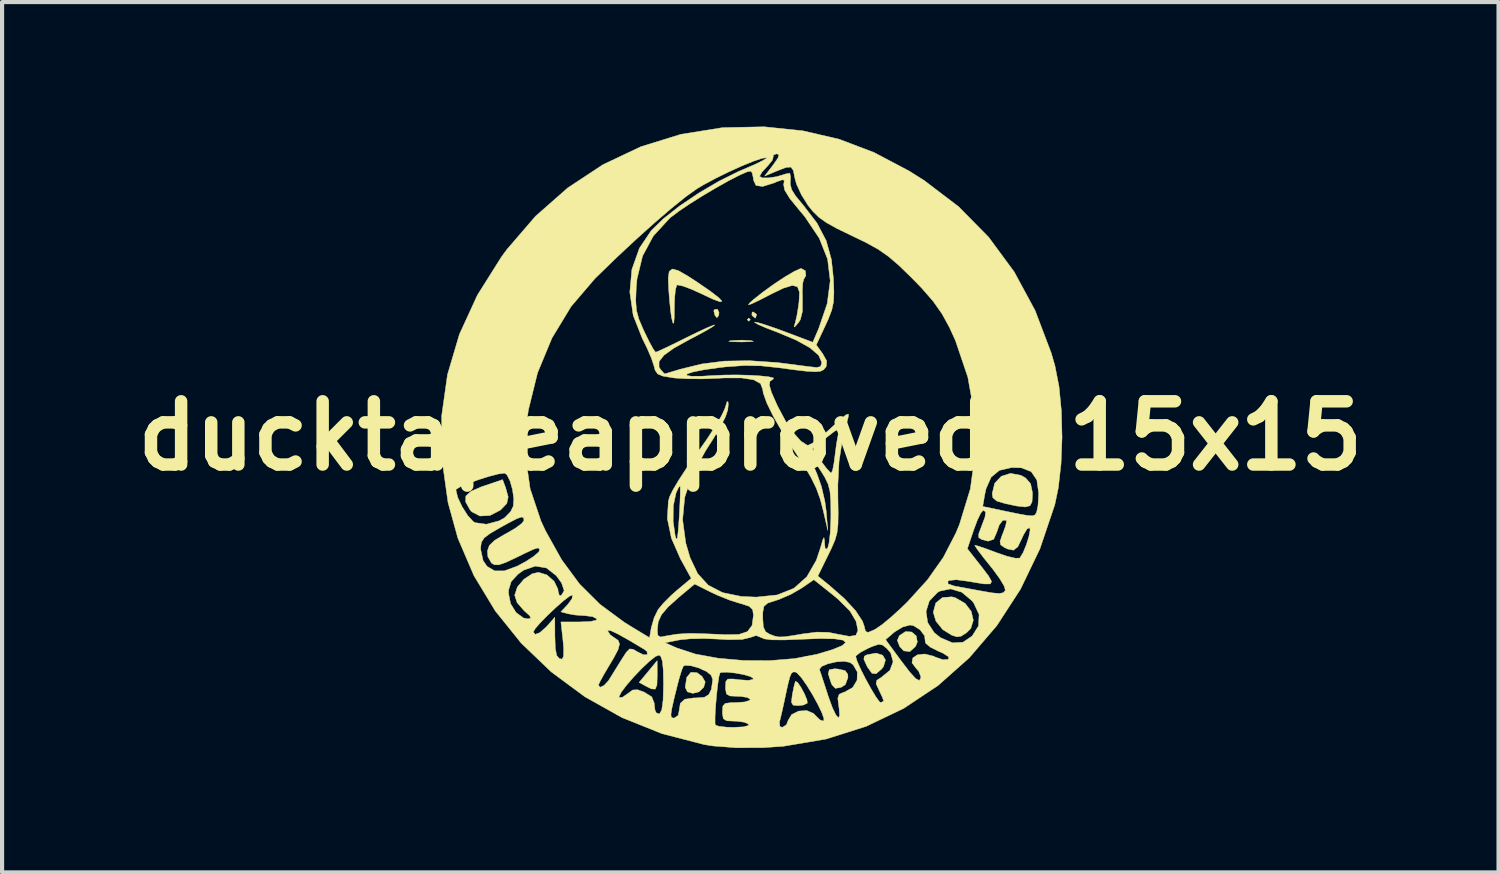
<source format=kicad_pcb>
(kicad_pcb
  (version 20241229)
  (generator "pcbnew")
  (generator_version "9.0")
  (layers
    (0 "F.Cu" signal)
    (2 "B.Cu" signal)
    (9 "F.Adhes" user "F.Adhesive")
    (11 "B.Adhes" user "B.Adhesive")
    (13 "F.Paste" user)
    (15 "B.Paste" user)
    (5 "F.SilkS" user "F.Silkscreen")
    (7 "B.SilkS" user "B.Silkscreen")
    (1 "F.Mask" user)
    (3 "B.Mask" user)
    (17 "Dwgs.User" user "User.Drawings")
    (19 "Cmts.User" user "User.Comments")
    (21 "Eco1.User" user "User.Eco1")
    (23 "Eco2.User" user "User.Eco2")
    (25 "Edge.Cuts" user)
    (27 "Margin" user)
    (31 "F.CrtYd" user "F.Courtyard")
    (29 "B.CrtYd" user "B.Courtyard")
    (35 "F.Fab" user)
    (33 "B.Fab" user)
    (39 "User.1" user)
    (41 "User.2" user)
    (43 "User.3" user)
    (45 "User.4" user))
  (footprint "ducktapeapproved-15x15"
    (layer "F.Cu")
    (at 15.03 7.454)
    (property "Reference" "ducktapeapproved-15x15" (at 0 0 0) (layer "F.SilkS") (effects (font (size 1.524 1.524) (thickness 0.3))))
    (attr through_hole)
    (fp_poly (pts (xy 0 -2.801) (xy -0.037 -2.764) (xy -0.075 -2.801) (xy -0.037 -2.839) (xy 0 -2.801)) (stroke (width 0.01) (type solid)) (fill yes) (layer "F.SilkS"))
    (fp_poly (pts (xy -0.754 -2.973) (xy -0.763 -2.903) (xy -0.804 -2.847) (xy -0.853 -2.904) (xy -0.88 -3.013) (xy -0.867 -3.043) (xy -0.793 -3.055) (xy -0.754 -2.973)) (stroke (width 0.01) (type solid)) (fill yes) (layer "F.SilkS"))
    (fp_poly (pts (xy -2.243 5.771) (xy -2.25 6) (xy -2.29 6.101) (xy -2.385 6.095) (xy -2.516 6.03) (xy -2.679 5.939) (xy -2.462 5.678) (xy -2.245 5.416) (xy -2.243 5.771)) (stroke (width 0.01) (type solid)) (fill yes) (layer "F.SilkS"))
    (fp_poly (pts (xy 0.146 -2.934) (xy 0.149 -2.914) (xy 0.124 -2.841) (xy 0.116 -2.839) (xy 0.053 -2.891) (xy 0.037 -2.914) (xy 0.043 -2.982) (xy 0.07 -2.988) (xy 0.146 -2.934)) (stroke (width 0.01) (type solid)) (fill yes) (layer "F.SilkS"))
    (fp_poly (pts (xy -1.286 5.704) (xy -1.163 5.795) (xy -1.087 5.93) (xy -1.123 6.056) (xy -1.238 6.167) (xy -1.387 6.203) (xy -1.516 6.166) (xy -1.569 6.057) (xy -1.532 5.817) (xy -1.432 5.696) (xy -1.286 5.704)) (stroke (width 0.01) (type solid)) (fill yes) (layer "F.SilkS"))
    (fp_poly (pts (xy 0.019 -2.295) (xy 0.075 -2.281) (xy -0.001 -2.27) (xy -0.193 -2.265) (xy -0.224 -2.265) (xy -0.429 -2.269) (xy -0.521 -2.279) (xy -0.482 -2.293) (xy -0.467 -2.295) (xy -0.205 -2.308) (xy 0.019 -2.295)) (stroke (width 0.01) (type solid)) (fill yes) (layer "F.SilkS"))
    (fp_poly (pts (xy 3.889 4.725) (xy 3.998 4.818) (xy 4.024 4.966) (xy 3.982 5.071) (xy 3.844 5.197) (xy 3.697 5.179) (xy 3.6 5.076) (xy 3.542 4.927) (xy 3.591 4.813) (xy 3.74 4.714) (xy 3.889 4.725)) (stroke (width 0.01) (type solid)) (fill yes) (layer "F.SilkS"))
    (fp_poly (pts (xy 2.11 5.617) (xy 2.282 5.654) (xy 2.347 5.742) (xy 2.353 5.819) (xy 2.29 5.992) (xy 2.183 6.06) (xy 2.048 6.082) (xy 1.967 5.997) (xy 1.94 5.933) (xy 1.878 5.732) (xy 1.902 5.634) (xy 2.028 5.611) (xy 2.11 5.617)) (stroke (width 0.01) (type solid)) (fill yes) (layer "F.SilkS"))
    (fp_poly (pts (xy 3.189 5.284) (xy 3.256 5.4) (xy 3.208 5.56) (xy 3.165 5.614) (xy 3.032 5.73) (xy 2.931 5.72) (xy 2.827 5.576) (xy 2.805 5.536) (xy 2.736 5.383) (xy 2.746 5.309) (xy 2.809 5.274) (xy 3.031 5.233) (xy 3.189 5.284)) (stroke (width 0.01) (type solid)) (fill yes) (layer "F.SilkS"))
    (fp_poly (pts (xy 1.14 5.942) (xy 1.221 6.06) (xy 1.304 6.215) (xy 1.364 6.359) (xy 1.374 6.438) (xy 1.278 6.485) (xy 1.15 6.499) (xy 1.032 6.487) (xy 0.991 6.421) (xy 1.008 6.26) (xy 1.015 6.219) (xy 1.053 6.032) (xy 1.084 5.921) (xy 1.089 5.912) (xy 1.14 5.942)) (stroke (width 0.01) (type solid)) (fill yes) (layer "F.SilkS"))
    (fp_poly (pts (xy -5.898 1.241) (xy -5.835 1.469) (xy -5.868 1.628) (xy -6.009 1.775) (xy -6.024 1.788) (xy -6.272 1.917) (xy -6.515 1.93) (xy -6.713 1.828) (xy -6.757 1.776) (xy -6.86 1.589) (xy -6.855 1.448) (xy -6.729 1.333) (xy -6.469 1.222) (xy -6.421 1.206) (xy -5.97 1.053) (xy -5.898 1.241)) (stroke (width 0.01) (type solid)) (fill yes) (layer "F.SilkS"))
    (fp_poly (pts (xy 4.939 3.899) (xy 5.175 4.035) (xy 5.323 4.228) (xy 5.373 4.442) (xy 5.312 4.64) (xy 5.213 4.74) (xy 5.076 4.827) (xy 4.978 4.841) (xy 4.856 4.803) (xy 4.637 4.667) (xy 4.473 4.465) (xy 4.408 4.251) (xy 4.408 4.249) (xy 4.468 4.027) (xy 4.628 3.895) (xy 4.855 3.877) (xy 4.939 3.899)) (stroke (width 0.01) (type solid)) (fill yes) (layer "F.SilkS"))
    (fp_poly (pts (xy 6.521 0.95) (xy 6.632 1.013) (xy 6.753 1.15) (xy 6.797 1.361) (xy 6.798 1.424) (xy 6.788 1.589) (xy 6.739 1.682) (xy 6.624 1.712) (xy 6.415 1.688) (xy 6.145 1.631) (xy 5.939 1.57) (xy 5.845 1.49) (xy 5.827 1.394) (xy 5.888 1.141) (xy 6.048 0.972) (xy 6.27 0.902) (xy 6.521 0.95)) (stroke (width 0.01) (type solid)) (fill yes) (layer "F.SilkS"))
    (fp_poly (pts (xy -1.734 -3.983) (xy -1.498 -3.847) (xy -1.271 -3.699) (xy -0.955 -3.481) (xy -0.759 -3.329) (xy -0.683 -3.245) (xy -0.729 -3.232) (xy -0.899 -3.294) (xy -1.141 -3.408) (xy -1.406 -3.529) (xy -1.621 -3.61) (xy -1.751 -3.638) (xy -1.772 -3.632) (xy -1.803 -3.531) (xy -1.824 -3.329) (xy -1.83 -3.131) (xy -1.833 -2.855) (xy -1.844 -2.72) (xy -1.864 -2.718) (xy -1.896 -2.84) (xy -1.899 -2.857) (xy -1.922 -3.018) (xy -1.947 -3.27) (xy -1.967 -3.53) (xy -1.978 -3.801) (xy -1.955 -3.964) (xy -1.88 -4.023) (xy -1.734 -3.983)) (stroke (width 0.01) (type solid)) (fill yes) (layer "F.SilkS"))
    (fp_poly (pts (xy 1.326 -3.979) (xy 1.338 -3.861) (xy 1.289 -3.779) (xy 1.262 -3.679) (xy 1.252 -3.48) (xy 1.256 -3.3) (xy 1.255 -3) (xy 1.206 -2.804) (xy 1.157 -2.727) (xy 1.068 -2.624) (xy 1.054 -2.636) (xy 1.082 -2.727) (xy 1.121 -2.891) (xy 1.16 -3.128) (xy 1.173 -3.229) (xy 1.184 -3.465) (xy 1.135 -3.596) (xy 1.011 -3.626) (xy 0.795 -3.56) (xy 0.512 -3.423) (xy 0.211 -3.268) (xy 0.029 -3.182) (xy -0.045 -3.159) (xy -0.023 -3.197) (xy 0.075 -3.285) (xy 0.312 -3.472) (xy 0.577 -3.663) (xy 0.836 -3.834) (xy 1.056 -3.963) (xy 1.203 -4.03) (xy 1.229 -4.034) (xy 1.326 -3.979)) (stroke (width 0.01) (type solid)) (fill yes) (layer "F.SilkS"))
    (fp_poly (pts (xy 1.267 -7.352) (xy 2.139 -7.15) (xy 2.981 -6.83) (xy 3.826 -6.384) (xy 4.187 -6.157) (xy 5.018 -5.525) (xy 5.743 -4.789) (xy 6.358 -3.954) (xy 6.862 -3.022) (xy 7.251 -1.998) (xy 7.341 -1.687) (xy 7.438 -1.191) (xy 7.495 -0.601) (xy 7.511 0.036) (xy 7.487 0.668) (xy 7.422 1.248) (xy 7.337 1.657) (xy 6.978 2.72) (xy 6.51 3.693) (xy 5.94 4.571) (xy 5.276 5.346) (xy 4.524 6.014) (xy 3.693 6.567) (xy 2.79 6.999) (xy 1.822 7.305) (xy 0.798 7.478) (xy 0.299 7.512) (xy -0.348 7.513) (xy -0.906 7.47) (xy -1.117 7.436) (xy -2.132 7.173) (xy -2.753 6.923) (xy -0.85 6.923) (xy -0.843 6.966) (xy -0.758 6.997) (xy -0.57 7.018) (xy -0.402 7.022) (xy -0.162 7.01) (xy -0.044 6.977) (xy -0.037 6.948) (xy -0.135 6.9) (xy -0.195 6.892) (xy 0.702 6.892) (xy 0.712 7.002) (xy 0.774 7.022) (xy 0.871 6.959) (xy 0.91 6.857) (xy 0.996 6.714) (xy 1.165 6.63) (xy 1.361 6.618) (xy 1.525 6.688) (xy 1.559 6.727) (xy 1.677 6.841) (xy 1.761 6.873) (xy 1.775 6.817) (xy 1.724 6.67) (xy 1.625 6.464) (xy 1.498 6.233) (xy 1.36 6.009) (xy 1.23 5.824) (xy 1.126 5.711) (xy 1.092 5.691) (xy 1.035 5.687) (xy 0.991 5.718) (xy 0.951 5.81) (xy 0.905 5.991) (xy 0.841 6.284) (xy 0.82 6.387) (xy 0.766 6.631) (xy 0.719 6.829) (xy 0.702 6.892) (xy -0.195 6.892) (xy -0.321 6.874) (xy -0.378 6.873) (xy -0.568 6.864) (xy -0.651 6.814) (xy -0.672 6.692) (xy -0.672 6.649) (xy -0.663 6.511) (xy -0.606 6.446) (xy -0.463 6.426) (xy -0.336 6.425) (xy -0.136 6.41) (xy -0.015 6.372) (xy 0 6.35) (xy -0.066 6.303) (xy -0.232 6.277) (xy -0.299 6.275) (xy -0.49 6.266) (xy -0.576 6.218) (xy -0.597 6.1) (xy -0.598 6.053) (xy -0.59 5.917) (xy -0.542 5.859) (xy -0.412 5.857) (xy -0.261 5.876) (xy -0.042 5.891) (xy 0.067 5.864) (xy 0.075 5.847) (xy 0.009 5.8) (xy -0.154 5.752) (xy -0.361 5.714) (xy -0.561 5.693) (xy -0.701 5.698) (xy -0.731 5.711) (xy -0.757 5.802) (xy -0.786 5.997) (xy -0.814 6.251) (xy -0.837 6.521) (xy -0.85 6.76) (xy -0.85 6.923) (xy -2.753 6.923) (xy -3.092 6.787) (xy -3.233 6.708) (xy -1.913 6.708) (xy -1.905 6.774) (xy -1.871 6.796) (xy -1.832 6.798) (xy -1.739 6.734) (xy -1.717 6.63) (xy -1.687 6.443) (xy -1.579 6.345) (xy -1.363 6.313) (xy -1.309 6.313) (xy -1.108 6.298) (xy -1.001 6.233) (xy -0.938 6.103) (xy -0.906 5.87) (xy -0.944 5.767) (xy -1.053 5.677) (xy -1.172 5.623) (xy 1.665 5.623) (xy 1.667 5.632) (xy 1.704 5.74) (xy 1.772 5.948) (xy 1.859 6.214) (xy 1.872 6.257) (xy 1.975 6.543) (xy 2.062 6.724) (xy 2.123 6.793) (xy 2.152 6.739) (xy 2.138 6.555) (xy 2.131 6.509) (xy 2.108 6.319) (xy 2.141 6.225) (xy 2.25 6.177) (xy 2.271 6.172) (xy 2.467 6.063) (xy 2.572 5.886) (xy 2.578 5.688) (xy 2.478 5.514) (xy 2.399 5.458) (xy 2.259 5.431) (xy 2.067 5.445) (xy 1.872 5.49) (xy 1.721 5.553) (xy 1.665 5.623) (xy -1.172 5.623) (xy -1.233 5.594) (xy -1.426 5.539) (xy -1.574 5.529) (xy -1.611 5.545) (xy -1.651 5.637) (xy -1.71 5.826) (xy -1.753 5.988) (xy -1.84 6.339) (xy -1.892 6.571) (xy -1.913 6.708) (xy -3.233 6.708) (xy -3.984 6.287) (xy -3.988 6.284) (xy -3.164 6.284) (xy -3.159 6.304) (xy -3.077 6.295) (xy -2.956 6.211) (xy -2.834 6.122) (xy -2.714 6.117) (xy -2.559 6.173) (xy -2.376 6.287) (xy -2.316 6.436) (xy -2.316 6.45) (xy -2.297 6.606) (xy -2.268 6.672) (xy -2.189 6.701) (xy -2.134 6.601) (xy -2.102 6.365) (xy -2.092 5.987) (xy -2.092 5.98) (xy -2.098 5.639) (xy -2.12 5.424) (xy -2.16 5.31) (xy -2.197 5.28) (xy -2.285 5.314) (xy -2.434 5.432) (xy -2.619 5.607) (xy -2.811 5.808) (xy -2.984 6.008) (xy -3.111 6.176) (xy -3.164 6.284) (xy -3.988 6.284) (xy -4.366 6.005) (xy -3.661 6.005) (xy -3.62 6.056) (xy -3.525 6.013) (xy -3.418 5.898) (xy -3.409 5.883) (xy -3.306 5.718) (xy -3.168 5.495) (xy -3.107 5.397) (xy -2.987 5.211) (xy -2.906 5.132) (xy -2.822 5.142) (xy -2.723 5.201) (xy -2.575 5.273) (xy -2.482 5.271) (xy -2.482 5.271) (xy -2.489 5.195) (xy -2.541 5.151) (xy -2.82 4.984) (xy -2.054 4.984) (xy -1.776 5.107) (xy -1.324 5.256) (xy -0.772 5.357) (xy -0.162 5.411) (xy 0.466 5.414) (xy 1.068 5.365) (xy 1.317 5.317) (xy 2.54 5.317) (xy 2.573 5.43) (xy 2.659 5.621) (xy 2.776 5.852) (xy 2.904 6.085) (xy 3.022 6.282) (xy 3.11 6.404) (xy 3.139 6.425) (xy 3.211 6.393) (xy 3.212 6.384) (xy 3.181 6.295) (xy 3.106 6.137) (xy 3.1 6.125) (xy 3.031 5.971) (xy 3.048 5.888) (xy 3.156 5.819) (xy 3.363 5.649) (xy 3.44 5.442) (xy 3.382 5.229) (xy 3.287 5.118) (xy 3.185 5.038) (xy 3.09 5.022) (xy 2.944 5.071) (xy 2.839 5.117) (xy 2.657 5.213) (xy 2.551 5.294) (xy 2.54 5.317) (xy 1.317 5.317) (xy 1.602 5.262) (xy 1.606 5.261) (xy 1.983 5.148) (xy 2.213 5.053) (xy 2.297 4.977) (xy 2.238 4.922) (xy 2.157 4.909) (xy 3.259 4.909) (xy 3.624 5.406) (xy 3.839 5.687) (xy 3.986 5.848) (xy 4.072 5.895) (xy 4.107 5.835) (xy 4.109 5.799) (xy 4.056 5.668) (xy 3.997 5.603) (xy 3.895 5.466) (xy 3.914 5.351) (xy 4.025 5.275) (xy 4.201 5.255) (xy 4.412 5.307) (xy 4.46 5.33) (xy 4.641 5.393) (xy 4.772 5.384) (xy 4.774 5.384) (xy 4.78 5.323) (xy 4.643 5.235) (xy 4.526 5.184) (xy 4.335 5.088) (xy 4.226 4.997) (xy 4.215 4.958) (xy 4.199 4.816) (xy 4.09 4.671) (xy 3.934 4.573) (xy 3.847 4.557) (xy 3.67 4.605) (xy 3.479 4.721) (xy 3.464 4.733) (xy 3.259 4.909) (xy 2.157 4.909) (xy 2.037 4.89) (xy 1.695 4.882) (xy 1.25 4.899) (xy 0.82 4.916) (xy 0.521 4.914) (xy 0.338 4.891) (xy 0.265 4.859) (xy 0.139 4.809) (xy -0.002 4.857) (xy -0.198 4.904) (xy -0.534 4.91) (xy -0.772 4.896) (xy -1.112 4.882) (xy -1.441 4.888) (xy -1.696 4.912) (xy -1.718 4.917) (xy -2.054 4.984) (xy -2.82 4.984) (xy -2.921 4.924) (xy -3.189 4.774) (xy -3.355 4.696) (xy -3.429 4.684) (xy -3.436 4.698) (xy -3.378 4.791) (xy -3.287 4.856) (xy -3.186 4.925) (xy -3.151 5.012) (xy -3.186 5.147) (xy -3.297 5.358) (xy -3.399 5.528) (xy -3.531 5.752) (xy -3.625 5.923) (xy -3.661 6.005) (xy -4.366 6.005) (xy -4.798 5.685) (xy -5.523 4.991) (xy -5.738 4.723) (xy -5.229 4.723) (xy -5.186 4.783) (xy -5.074 4.741) (xy -4.923 4.609) (xy -4.892 4.576) (xy -4.711 4.37) (xy -4.709 4.825) (xy -4.699 5.116) (xy -4.667 5.287) (xy -4.605 5.365) (xy -4.535 5.379) (xy -4.501 5.31) (xy -4.498 5.119) (xy -4.514 4.931) (xy -4.564 4.482) (xy -4.108 4.482) (xy -3.849 4.471) (xy -3.712 4.44) (xy -3.698 4.408) (xy -3.798 4.355) (xy -3.976 4.332) (xy -3.982 4.332) (xy -4.213 4.316) (xy -4.393 4.285) (xy -4.565 4.239) (xy -4.399 4.062) (xy -4.3 3.928) (xy -4.281 3.838) (xy -4.285 3.833) (xy -4.354 3.86) (xy -4.495 3.967) (xy -4.678 4.127) (xy -4.873 4.311) (xy -5.05 4.49) (xy -5.179 4.637) (xy -5.229 4.722) (xy -5.229 4.723) (xy -5.738 4.723) (xy -6.147 4.215) (xy -6.402 3.793) (xy -5.827 3.793) (xy -5.776 4.045) (xy -5.644 4.257) (xy -5.465 4.387) (xy -5.36 4.408) (xy -5.288 4.392) (xy -5.318 4.331) (xy -5.448 4.214) (xy -5.62 4.017) (xy -5.678 3.837) (xy -5.614 3.642) (xy -5.456 3.454) (xy -5.254 3.321) (xy -5.106 3.287) (xy -4.902 3.349) (xy -4.728 3.502) (xy -4.636 3.694) (xy -4.632 3.74) (xy -4.603 3.843) (xy -4.557 3.847) (xy -4.486 3.729) (xy -4.548 3.543) (xy -4.676 3.367) (xy -4.913 3.181) (xy -5.182 3.137) (xy -5.465 3.236) (xy -5.597 3.331) (xy -5.763 3.511) (xy -5.824 3.711) (xy -5.827 3.793) (xy -6.402 3.793) (xy -6.659 3.369) (xy -6.933 2.73) (xy -6.499 2.73) (xy -6.439 3.005) (xy -6.342 3.145) (xy -6.16 3.252) (xy -5.924 3.251) (xy -5.618 3.138) (xy -5.403 3.022) (xy -5.217 2.9) (xy -5.1 2.798) (xy -5.08 2.761) (xy -5.087 2.712) (xy -5.127 2.7) (xy -5.226 2.732) (xy -5.41 2.817) (xy -5.634 2.927) (xy -5.894 3.049) (xy -6.059 3.106) (xy -6.165 3.105) (xy -6.237 3.064) (xy -6.324 2.911) (xy -6.335 2.771) (xy -6.289 2.64) (xy -6.163 2.518) (xy -5.93 2.378) (xy -5.883 2.353) (xy -5.662 2.225) (xy -5.507 2.109) (xy -5.454 2.036) (xy -5.464 1.971) (xy -5.512 1.954) (xy -5.623 1.992) (xy -5.82 2.094) (xy -6.025 2.207) (xy -6.272 2.351) (xy -6.414 2.458) (xy -6.48 2.559) (xy -6.499 2.687) (xy -6.499 2.73) (xy -6.933 2.73) (xy -7.048 2.461) (xy -7.284 1.606) (xy -7.327 1.3) (xy -7.095 1.3) (xy -7.051 1.481) (xy -6.946 1.705) (xy -6.811 1.917) (xy -6.678 2.063) (xy -6.633 2.09) (xy -6.358 2.128) (xy -6.053 2.046) (xy -5.922 1.974) (xy -5.776 1.825) (xy -5.711 1.69) (xy -5.7 1.511) (xy -5.731 1.293) (xy -5.79 1.085) (xy -5.864 0.937) (xy -5.923 0.896) (xy -6.076 0.918) (xy -6.299 0.976) (xy -6.552 1.056) (xy -6.795 1.144) (xy -6.988 1.225) (xy -7.089 1.287) (xy -7.095 1.3) (xy -7.327 1.3) (xy -7.433 0.545) (xy -7.433 0.478) (xy -5.419 0.478) (xy -5.306 1.273) (xy -5.046 2.048) (xy -4.934 2.289) (xy -4.544 2.987) (xy -4.116 3.567) (xy -3.623 4.058) (xy -3.038 4.49) (xy -2.855 4.604) (xy -2.428 4.862) (xy -2.396 4.674) (xy -2.241 4.674) (xy -2.229 4.807) (xy -2.163 4.845) (xy -1.999 4.814) (xy -1.998 4.814) (xy -1.764 4.776) (xy -1.486 4.758) (xy -1.419 4.758) (xy -1.153 4.765) (xy -0.825 4.778) (xy -0.61 4.789) (xy -0.279 4.784) (xy -0.069 4.715) (xy 0.042 4.566) (xy 0.067 4.382) (xy 0.299 4.382) (xy 0.313 4.601) (xy 0.369 4.72) (xy 0.467 4.779) (xy 0.587 4.824) (xy 0.692 4.844) (xy 0.826 4.84) (xy 1.031 4.81) (xy 1.26 4.771) (xy 1.606 4.727) (xy 1.885 4.734) (xy 2.113 4.779) (xy 2.388 4.83) (xy 2.544 4.803) (xy 2.593 4.687) (xy 2.549 4.473) (xy 2.546 4.464) (xy 2.402 4.221) (xy 2.116 3.935) (xy 1.997 3.836) (xy 1.531 3.464) (xy 1.233 3.669) (xy 0.972 3.819) (xy 0.69 3.94) (xy 0.616 3.964) (xy 0.42 4.028) (xy 0.328 4.106) (xy 0.3 4.251) (xy 0.299 4.382) (xy 0.067 4.382) (xy 0.075 4.324) (xy 0.075 4.322) (xy 0.056 4.186) (xy -0.027 4.106) (xy -0.213 4.044) (xy -0.243 4.037) (xy -0.497 3.957) (xy -0.795 3.837) (xy -0.951 3.764) (xy -1.341 3.569) (xy -1.719 3.885) (xy -1.981 4.12) (xy -2.141 4.308) (xy -2.22 4.482) (xy -2.241 4.674) (xy -2.396 4.674) (xy -2.386 4.616) (xy -2.317 4.378) (xy -2.222 4.184) (xy -2.095 4.031) (xy -1.902 3.838) (xy -1.762 3.715) (xy -1.424 3.433) (xy -1.686 2.957) (xy -1.902 2.464) (xy -1.987 2.054) (xy -1.86 2.054) (xy -1.812 2.4) (xy -1.784 2.488) (xy -1.761 2.467) (xy -1.741 2.326) (xy -1.72 2.05) (xy -1.713 1.942) (xy -1.697 1.634) (xy -1.688 1.386) (xy -1.688 1.234) (xy -1.692 1.204) (xy -1.73 1.243) (xy -1.791 1.377) (xy -1.855 1.68) (xy -1.86 2.054) (xy -1.987 2.054) (xy -2 1.995) (xy -1.975 1.575) (xy -1.947 1.47) (xy -1.869 1.309) (xy -1.722 1.061) (xy -1.524 0.758) (xy -1.297 0.434) (xy -1.269 0.395) (xy -1.041 0.072) (xy -0.843 -0.233) (xy -0.693 -0.487) (xy -0.613 -0.658) (xy -0.609 -0.672) (xy -0.562 -0.82) (xy -0.538 -0.828) (xy -0.531 -0.762) (xy -0.544 -0.625) (xy -0.601 -0.456) (xy -0.716 -0.23) (xy -0.898 0.075) (xy -1.08 0.361) (xy -1.398 0.935) (xy -1.581 1.479) (xy -1.632 2.019) (xy -1.556 2.58) (xy -1.452 2.934) (xy -1.269 3.318) (xy -1.014 3.596) (xy -0.67 3.775) (xy -0.223 3.867) (xy 0.145 3.884) (xy 0.647 3.832) (xy 1.05 3.672) (xy 1.361 3.395) (xy 1.59 2.997) (xy 1.691 2.693) (xy 1.746 2.504) (xy 1.774 2.45) (xy 1.787 2.519) (xy 1.789 2.577) (xy 1.803 2.718) (xy 1.841 2.725) (xy 1.868 2.689) (xy 1.9 2.568) (xy 1.925 2.338) (xy 1.939 2.04) (xy 1.941 1.901) (xy 1.938 1.567) (xy 1.919 1.337) (xy 1.875 1.163) (xy 1.797 1) (xy 1.72 0.874) (xy 1.592 0.682) (xy 1.497 0.554) (xy 1.463 0.523) (xy 1.472 0.584) (xy 1.531 0.743) (xy 1.606 0.915) (xy 1.713 1.218) (xy 1.796 1.575) (xy 1.826 1.793) (xy 1.868 2.279) (xy 1.762 1.82) (xy 1.684 1.522) (xy 1.589 1.259) (xy 1.458 0.992) (xy 1.272 0.68) (xy 1.045 0.336) (xy 1.032 0.315) (xy 1.496 0.315) (xy 1.701 0.604) (xy 1.83 0.775) (xy 1.925 0.879) (xy 1.95 0.895) (xy 1.982 0.828) (xy 2.016 0.654) (xy 2.041 0.461) (xy 2.075 0.197) (xy 2.115 -0.022) (xy 2.141 -0.116) (xy 2.133 -0.166) (xy 2.028 -0.112) (xy 1.846 0.029) (xy 1.496 0.315) (xy 1.032 0.315) (xy 0.776 -0.084) (xy 0.556 -0.468) (xy 0.397 -0.793) (xy 0.311 -1.035) (xy 0.299 -1.12) (xy 0.246 -1.261) (xy 0.08 -1.353) (xy -0.208 -1.397) (xy -0.627 -1.397) (xy -0.784 -1.389) (xy -1.148 -1.375) (xy -1.511 -1.377) (xy -1.808 -1.394) (xy -1.865 -1.401) (xy -2.102 -1.44) (xy -2.148 -1.459) (xy -1.536 -1.459) (xy -1.421 -1.438) (xy -1.167 -1.439) (xy -0.916 -1.454) (xy -0.627 -1.467) (xy -0.319 -1.47) (xy -0.018 -1.462) (xy 0.247 -1.446) (xy 0.448 -1.424) (xy 0.558 -1.397) (xy 0.549 -1.367) (xy 0.542 -1.364) (xy 0.472 -1.316) (xy 0.459 -1.221) (xy 0.508 -1.053) (xy 0.625 -0.787) (xy 0.661 -0.71) (xy 0.844 -0.366) (xy 1.036 -0.08) (xy 1.216 0.124) (xy 1.364 0.22) (xy 1.394 0.224) (xy 1.497 0.175) (xy 1.673 0.046) (xy 1.889 -0.14) (xy 1.959 -0.205) (xy 2.179 -0.407) (xy 2.309 -0.511) (xy 2.365 -0.525) (xy 2.36 -0.458) (xy 2.358 -0.448) (xy 2.218 0.092) (xy 2.138 0.613) (xy 2.109 1.179) (xy 2.111 1.495) (xy 2.117 1.869) (xy 2.112 2.135) (xy 2.089 2.335) (xy 2.04 2.508) (xy 1.959 2.698) (xy 1.878 2.866) (xy 1.627 3.376) (xy 1.915 3.61) (xy 2.27 3.923) (xy 2.538 4.214) (xy 2.702 4.463) (xy 2.741 4.573) (xy 2.775 4.705) (xy 2.835 4.735) (xy 2.969 4.679) (xy 3.016 4.655) (xy 3.17 4.55) (xy 3.391 4.368) (xy 3.54 4.232) (xy 4.234 4.232) (xy 4.274 4.499) (xy 4.431 4.741) (xy 4.585 4.863) (xy 4.874 4.986) (xy 5.123 4.972) (xy 5.345 4.822) (xy 5.499 4.577) (xy 5.512 4.304) (xy 5.383 4.026) (xy 5.339 3.971) (xy 5.095 3.766) (xy 4.827 3.686) (xy 4.568 3.739) (xy 4.513 3.77) (xy 4.313 3.977) (xy 4.234 4.232) (xy 3.54 4.232) (xy 3.643 4.138) (xy 3.781 4.004) (xy 4.239 3.5) (xy 4.762 3.5) (xy 4.764 3.565) (xy 4.914 3.616) (xy 4.94 3.621) (xy 5.179 3.665) (xy 5.459 3.717) (xy 5.528 3.73) (xy 5.822 3.781) (xy 6.001 3.797) (xy 6.098 3.777) (xy 6.143 3.721) (xy 6.145 3.717) (xy 6.117 3.619) (xy 6.012 3.442) (xy 5.849 3.218) (xy 5.785 3.138) (xy 5.607 2.916) (xy 5.476 2.742) (xy 5.411 2.646) (xy 5.408 2.635) (xy 5.481 2.651) (xy 5.657 2.71) (xy 5.899 2.8) (xy 5.931 2.812) (xy 6.188 2.9) (xy 6.387 2.947) (xy 6.49 2.944) (xy 6.494 2.942) (xy 6.573 2.812) (xy 6.651 2.622) (xy 6.713 2.423) (xy 6.742 2.268) (xy 6.73 2.208) (xy 6.666 2.245) (xy 6.581 2.385) (xy 6.545 2.466) (xy 6.445 2.673) (xy 6.341 2.753) (xy 6.197 2.724) (xy 6.121 2.687) (xy 6.032 2.625) (xy 6.017 2.542) (xy 6.07 2.385) (xy 6.09 2.339) (xy 6.154 2.16) (xy 6.174 2.048) (xy 6.169 2.035) (xy 6.086 2.031) (xy 6 2.141) (xy 5.939 2.317) (xy 5.865 2.49) (xy 5.73 2.536) (xy 5.574 2.495) (xy 5.504 2.45) (xy 5.502 2.363) (xy 5.567 2.189) (xy 5.568 2.187) (xy 5.654 1.957) (xy 5.671 1.834) (xy 5.621 1.793) (xy 5.61 1.793) (xy 5.553 1.858) (xy 5.471 2.029) (xy 5.386 2.255) (xy 5.23 2.718) (xy 5.571 3.152) (xy 5.74 3.374) (xy 5.814 3.508) (xy 5.781 3.567) (xy 5.627 3.566) (xy 5.341 3.519) (xy 5.271 3.506) (xy 4.962 3.465) (xy 4.789 3.483) (xy 4.762 3.5) (xy 4.239 3.5) (xy 4.27 3.466) (xy 4.651 2.926) (xy 4.954 2.338) (xy 5.04 2.131) (xy 5.172 1.699) (xy 5.6 1.699) (xy 6.143 1.813) (xy 6.469 1.88) (xy 6.677 1.917) (xy 6.797 1.925) (xy 6.859 1.904) (xy 6.89 1.854) (xy 6.902 1.824) (xy 6.931 1.679) (xy 6.946 1.457) (xy 6.948 1.376) (xy 6.904 1.061) (xy 6.768 0.861) (xy 6.53 0.768) (xy 6.298 0.762) (xy 6.003 0.829) (xy 5.802 0.995) (xy 5.678 1.277) (xy 5.646 1.429) (xy 5.6 1.699) (xy 5.172 1.699) (xy 5.302 1.274) (xy 5.422 0.387) (xy 5.402 -0.515) (xy 5.241 -1.416) (xy 4.941 -2.302) (xy 4.798 -2.615) (xy 4.62 -2.94) (xy 4.406 -3.244) (xy 4.124 -3.568) (xy 3.887 -3.811) (xy 3.582 -4.107) (xy 3.328 -4.325) (xy 3.078 -4.499) (xy 2.782 -4.662) (xy 2.455 -4.82) (xy 2.093 -4.995) (xy 1.835 -5.138) (xy 1.65 -5.27) (xy 1.503 -5.415) (xy 1.39 -5.557) (xy 1.232 -5.809) (xy 1.113 -6.067) (xy 1.073 -6.211) (xy 1.037 -6.396) (xy 0.979 -6.478) (xy 0.864 -6.471) (xy 0.651 -6.389) (xy 0.63 -6.38) (xy 0.345 -6.261) (xy 0.55 -6.53) (xy 0.667 -6.697) (xy 0.689 -6.778) (xy 0.634 -6.798) (xy 0.551 -6.768) (xy 0.554 -6.734) (xy 0.532 -6.646) (xy 0.426 -6.514) (xy 0.409 -6.497) (xy 0.283 -6.36) (xy 0.225 -6.26) (xy 0.224 -6.254) (xy 0.288 -6.218) (xy 0.444 -6.218) (xy 0.643 -6.249) (xy 0.833 -6.306) (xy 0.847 -6.312) (xy 0.952 -6.33) (xy 0.97 -6.236) (xy 0.969 -6.23) (xy 0.962 -6.067) (xy 0.996 -5.933) (xy 1.091 -5.782) (xy 1.268 -5.568) (xy 1.273 -5.563) (xy 1.608 -5.126) (xy 1.828 -4.704) (xy 1.954 -4.249) (xy 2.002 -3.795) (xy 2.014 -3.466) (xy 2.004 -3.23) (xy 1.962 -3.032) (xy 1.88 -2.818) (xy 1.812 -2.669) (xy 1.589 -2.193) (xy 1.741 -1.984) (xy 1.839 -1.81) (xy 1.831 -1.681) (xy 1.815 -1.653) (xy 1.765 -1.594) (xy 1.689 -1.558) (xy 1.563 -1.547) (xy 1.361 -1.558) (xy 1.059 -1.593) (xy 0.697 -1.642) (xy 0.258 -1.689) (xy -0.138 -1.697) (xy -0.574 -1.666) (xy -0.721 -1.65) (xy -1.107 -1.596) (xy -1.374 -1.543) (xy -1.519 -1.496) (xy -1.536 -1.459) (xy -2.148 -1.459) (xy -2.231 -1.492) (xy -2.294 -1.582) (xy -2.32 -1.681) (xy -2.38 -1.864) (xy -2.489 -2.119) (xy -2.605 -2.353) (xy -2.822 -2.904) (xy -2.874 -3.26) (xy -2.761 -3.26) (xy -2.744 -3.029) (xy -2.687 -2.817) (xy -2.577 -2.559) (xy -2.553 -2.508) (xy -2.436 -2.269) (xy -2.34 -2.094) (xy -2.284 -2.018) (xy -2.281 -2.017) (xy -2.2 -2.049) (xy -2.017 -2.134) (xy -1.761 -2.258) (xy -1.56 -2.358) (xy -1.274 -2.498) (xy -1.043 -2.605) (xy -0.895 -2.666) (xy -0.856 -2.674) (xy -0.907 -2.632) (xy -1.064 -2.539) (xy -1.299 -2.411) (xy -1.463 -2.326) (xy -1.84 -2.117) (xy -2.082 -1.943) (xy -2.199 -1.793) (xy -2.2 -1.66) (xy -2.163 -1.601) (xy -2.084 -1.512) (xy -2.064 -1.495) (xy -1.994 -1.515) (xy -1.824 -1.566) (xy -1.685 -1.608) (xy -1.168 -1.734) (xy -0.624 -1.803) (xy -0.025 -1.813) (xy 0.658 -1.767) (xy 1.401 -1.671) (xy 1.6 -1.649) (xy 1.692 -1.671) (xy 1.718 -1.75) (xy 1.718 -1.78) (xy 1.646 -1.944) (xy 1.438 -2.123) (xy 1.103 -2.31) (xy 0.654 -2.498) (xy 0.62 -2.511) (xy 0.367 -2.608) (xy 0.184 -2.688) (xy 0.103 -2.736) (xy 0.102 -2.742) (xy 0.181 -2.731) (xy 0.367 -2.675) (xy 0.63 -2.585) (xy 0.82 -2.515) (xy 1.506 -2.257) (xy 1.646 -2.584) (xy 1.852 -3.186) (xy 1.925 -3.739) (xy 1.862 -4.259) (xy 1.66 -4.767) (xy 1.315 -5.28) (xy 1.176 -5.446) (xy 0.948 -5.726) (xy 0.827 -5.925) (xy 0.802 -6.058) (xy 0.804 -6.064) (xy 0.819 -6.153) (xy 0.778 -6.174) (xy 0.648 -6.129) (xy 0.556 -6.091) (xy 0.295 -6.011) (xy 0.137 -6.035) (xy 0.076 -6.164) (xy 0.075 -6.194) (xy 0.047 -6.334) (xy 0.013 -6.38) (xy -0.08 -6.363) (xy -0.27 -6.279) (xy -0.53 -6.145) (xy -0.832 -5.975) (xy -1.15 -5.787) (xy -1.455 -5.595) (xy -1.721 -5.416) (xy -1.92 -5.266) (xy -1.945 -5.245) (xy -2.338 -4.816) (xy -2.597 -4.335) (xy -2.731 -3.78) (xy -2.749 -3.575) (xy -2.761 -3.26) (xy -2.874 -3.26) (xy -2.904 -3.464) (xy -2.854 -4.011) (xy -2.673 -4.523) (xy -2.388 -4.947) (xy -2.097 -5.231) (xy -1.703 -5.541) (xy -1.244 -5.851) (xy -0.757 -6.137) (xy -0.279 -6.375) (xy -0.161 -6.425) (xy 0.104 -6.539) (xy 0.296 -6.633) (xy 0.391 -6.692) (xy 0.392 -6.705) (xy 0.28 -6.689) (xy 0.069 -6.617) (xy -0.21 -6.503) (xy -0.523 -6.361) (xy -0.838 -6.206) (xy -1.124 -6.053) (xy -1.292 -5.952) (xy -1.555 -5.764) (xy -1.901 -5.485) (xy -2.31 -5.134) (xy -2.76 -4.73) (xy -3.233 -4.289) (xy -3.706 -3.829) (xy -3.743 -3.793) (xy -4.317 -3.121) (xy -4.781 -2.356) (xy -5.128 -1.518) (xy -5.348 -0.625) (xy -5.387 -0.349) (xy -5.419 0.478) (xy -7.433 0.478) (xy -7.438 -0.482) (xy -7.297 -1.479) (xy -7.01 -2.449) (xy -6.576 -3.394) (xy -5.995 -4.317) (xy -5.864 -4.495) (xy -5.175 -5.295) (xy -4.4 -5.977) (xy -3.551 -6.537) (xy -2.639 -6.969) (xy -1.674 -7.268) (xy -0.667 -7.429) (xy 0.336 -7.449) (xy 1.267 -7.352)) (stroke (width 0.01) (type solid)) (fill yes) (layer "F.SilkS")))
  (gr_rect
    (start -3 -3)
    (end 33.059 17.971)
    (stroke (width 0.1) (type default))
    (fill no)
    (layer "Edge.Cuts")))
</source>
